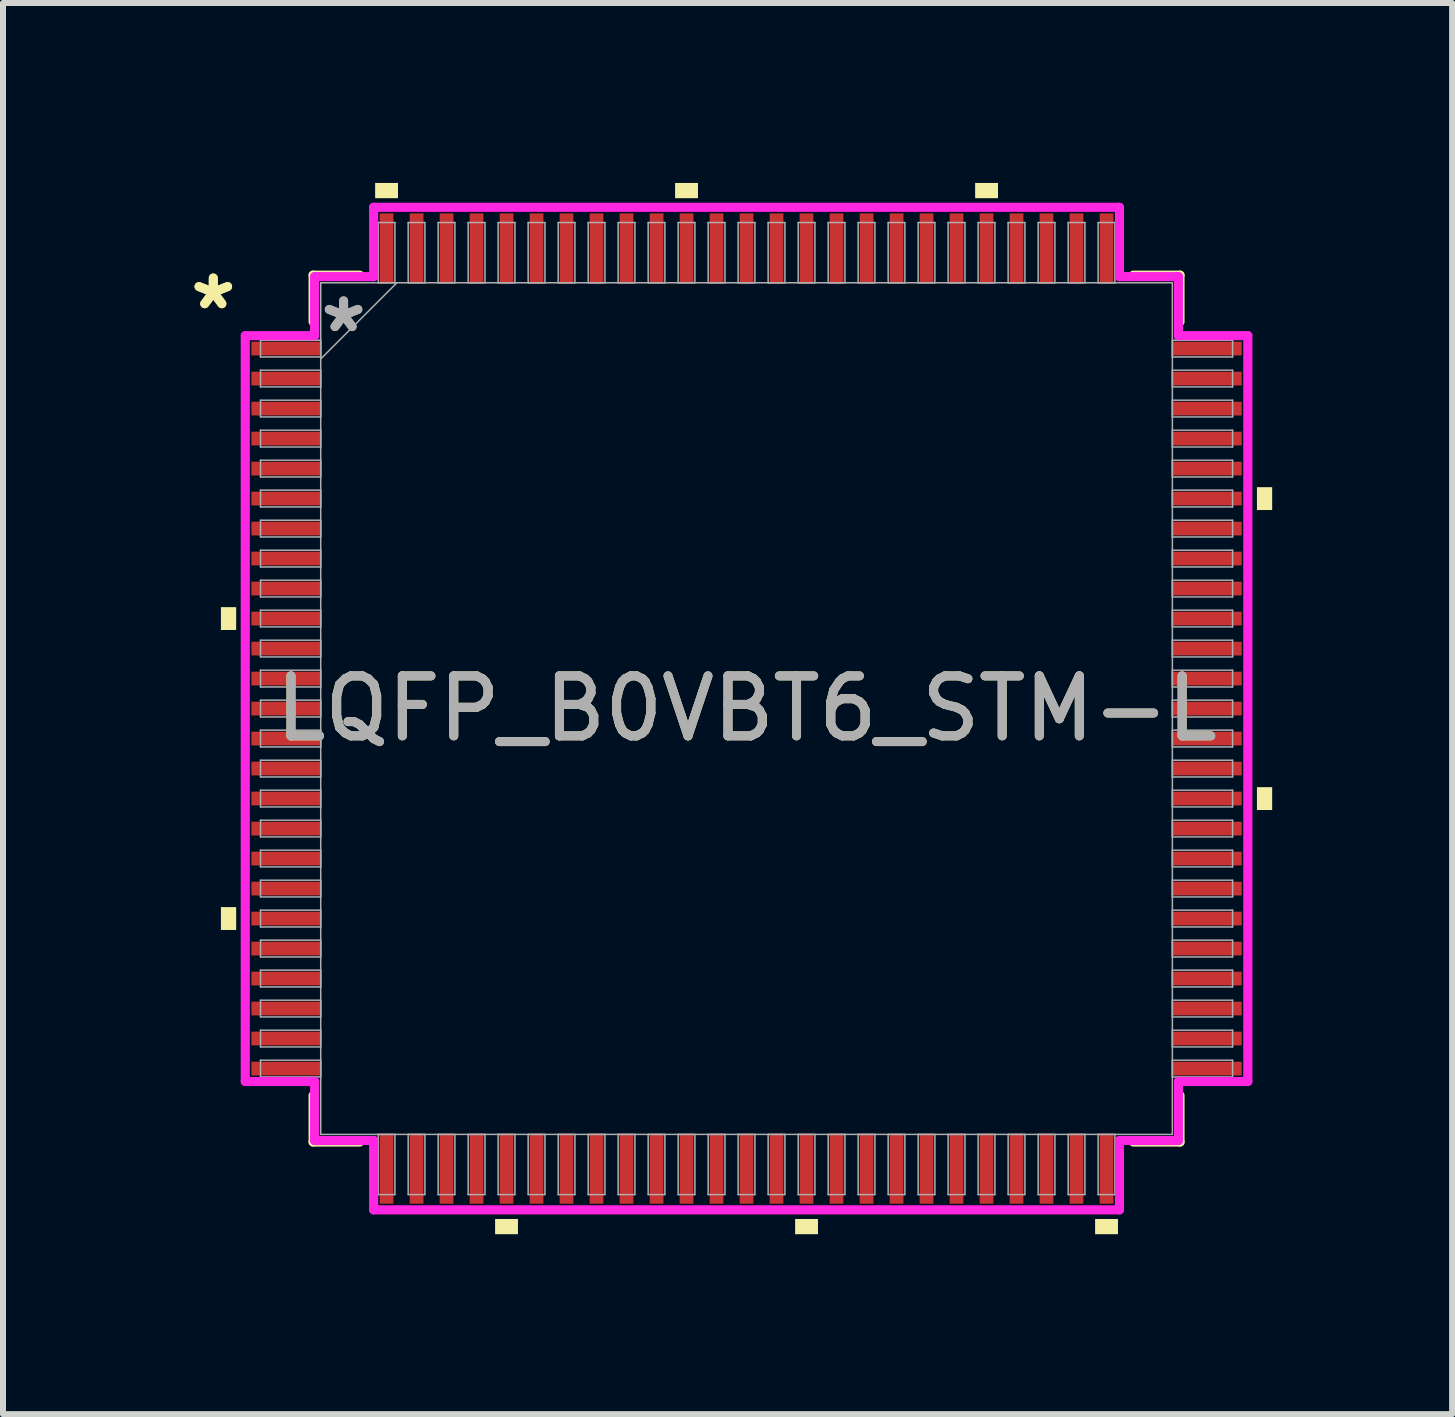
<source format=kicad_pcb>
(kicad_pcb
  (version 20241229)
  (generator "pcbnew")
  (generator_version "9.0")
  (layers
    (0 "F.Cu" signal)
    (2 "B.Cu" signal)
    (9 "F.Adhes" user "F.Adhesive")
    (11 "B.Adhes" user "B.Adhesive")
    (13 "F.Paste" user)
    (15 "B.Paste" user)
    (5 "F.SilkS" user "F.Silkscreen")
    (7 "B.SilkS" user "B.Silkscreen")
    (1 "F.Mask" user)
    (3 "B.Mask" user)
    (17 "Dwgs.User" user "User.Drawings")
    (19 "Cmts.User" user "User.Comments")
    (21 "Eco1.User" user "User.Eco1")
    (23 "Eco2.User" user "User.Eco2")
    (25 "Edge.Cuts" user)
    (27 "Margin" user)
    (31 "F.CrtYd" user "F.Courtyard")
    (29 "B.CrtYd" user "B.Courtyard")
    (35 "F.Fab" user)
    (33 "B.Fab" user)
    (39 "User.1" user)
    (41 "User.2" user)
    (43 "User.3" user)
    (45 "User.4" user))
  (footprint "LQFP_B0VBT6_STM-L"
    (layer "F.Cu")
    (at 9.396 8.763)
    (property "Reference" "LQFP_B0VBT6_STM-L" (at 0 0 0) (unlocked yes) (layer "F.SilkS") (effects (font (size 1 1) (thickness 0.15))))
    (attr smd)
    (fp_line (start -7.226 -7.226) (end -7.226 -6.449) (stroke (width 0.152) (type solid)) (layer "F.SilkS"))
    (fp_line (start -7.226 6.449) (end -7.226 7.226) (stroke (width 0.152) (type solid)) (layer "F.SilkS"))
    (fp_line (start -7.226 7.226) (end -6.449 7.226) (stroke (width 0.152) (type solid)) (layer "F.SilkS"))
    (fp_line (start -6.449 -7.226) (end -7.226 -7.226) (stroke (width 0.152) (type solid)) (layer "F.SilkS"))
    (fp_line (start 6.449 7.226) (end 7.226 7.226) (stroke (width 0.152) (type solid)) (layer "F.SilkS"))
    (fp_line (start 7.226 -7.226) (end 6.449 -7.226) (stroke (width 0.152) (type solid)) (layer "F.SilkS"))
    (fp_line (start 7.226 -6.449) (end 7.226 -7.226) (stroke (width 0.152) (type solid)) (layer "F.SilkS"))
    (fp_line (start 7.226 7.226) (end 7.226 6.449) (stroke (width 0.152) (type solid)) (layer "F.SilkS"))
    (fp_poly (pts (xy -8.763 -1.691) (xy -8.763 -1.31) (xy -8.509 -1.31) (xy -8.509 -1.691)) (stroke (width 0) (type solid)) (fill yes) (layer "F.SilkS"))
    (fp_poly (pts (xy -8.763 3.31) (xy -8.763 3.691) (xy -8.509 3.691) (xy -8.509 3.31)) (stroke (width 0) (type solid)) (fill yes) (layer "F.SilkS"))
    (fp_poly (pts (xy -6.192 -8.509) (xy -6.192 -8.763) (xy -5.811 -8.763) (xy -5.811 -8.509)) (stroke (width 0) (type solid)) (fill yes) (layer "F.SilkS"))
    (fp_poly (pts (xy -4.192 8.509) (xy -4.192 8.763) (xy -3.811 8.763) (xy -3.811 8.509)) (stroke (width 0) (type solid)) (fill yes) (layer "F.SilkS"))
    (fp_poly (pts (xy -1.191 -8.509) (xy -1.191 -8.763) (xy -0.81 -8.763) (xy -0.81 -8.509)) (stroke (width 0) (type solid)) (fill yes) (layer "F.SilkS"))
    (fp_poly (pts (xy 0.81 8.509) (xy 0.81 8.763) (xy 1.191 8.763) (xy 1.191 8.509)) (stroke (width 0) (type solid)) (fill yes) (layer "F.SilkS"))
    (fp_poly (pts (xy 3.811 -8.509) (xy 3.811 -8.763) (xy 4.192 -8.763) (xy 4.192 -8.509)) (stroke (width 0) (type solid)) (fill yes) (layer "F.SilkS"))
    (fp_poly (pts (xy 5.811 8.509) (xy 5.811 8.763) (xy 6.192 8.763) (xy 6.192 8.509)) (stroke (width 0) (type solid)) (fill yes) (layer "F.SilkS"))
    (fp_poly (pts (xy 8.763 -3.691) (xy 8.763 -3.31) (xy 8.509 -3.31) (xy 8.509 -3.691)) (stroke (width 0) (type solid)) (fill yes) (layer "F.SilkS"))
    (fp_poly (pts (xy 8.763 1.31) (xy 8.763 1.691) (xy 8.509 1.691) (xy 8.509 1.31)) (stroke (width 0) (type solid)) (fill yes) (layer "F.SilkS"))
    (fp_line (start -8.357 -6.217) (end -7.201 -6.217) (stroke (width 0.152) (type solid)) (layer "F.CrtYd"))
    (fp_line (start -8.357 6.217) (end -8.357 -6.217) (stroke (width 0.152) (type solid)) (layer "F.CrtYd"))
    (fp_line (start -7.201 -7.201) (end -6.217 -7.201) (stroke (width 0.152) (type solid)) (layer "F.CrtYd"))
    (fp_line (start -7.201 -6.217) (end -7.201 -7.201) (stroke (width 0.152) (type solid)) (layer "F.CrtYd"))
    (fp_line (start -7.201 6.217) (end -8.357 6.217) (stroke (width 0.152) (type solid)) (layer "F.CrtYd"))
    (fp_line (start -7.201 7.201) (end -7.201 6.217) (stroke (width 0.152) (type solid)) (layer "F.CrtYd"))
    (fp_line (start -7.201 7.201) (end -6.217 7.201) (stroke (width 0.152) (type solid)) (layer "F.CrtYd"))
    (fp_line (start -6.217 -8.357) (end 6.217 -8.357) (stroke (width 0.152) (type solid)) (layer "F.CrtYd"))
    (fp_line (start -6.217 -7.201) (end -6.217 -8.357) (stroke (width 0.152) (type solid)) (layer "F.CrtYd"))
    (fp_line (start -6.217 7.201) (end -6.217 8.357) (stroke (width 0.152) (type solid)) (layer "F.CrtYd"))
    (fp_line (start -6.217 8.357) (end 6.217 8.357) (stroke (width 0.152) (type solid)) (layer "F.CrtYd"))
    (fp_line (start 6.217 -8.357) (end 6.217 -7.201) (stroke (width 0.152) (type solid)) (layer "F.CrtYd"))
    (fp_line (start 6.217 -7.201) (end 7.201 -7.201) (stroke (width 0.152) (type solid)) (layer "F.CrtYd"))
    (fp_line (start 6.217 7.201) (end 7.201 7.201) (stroke (width 0.152) (type solid)) (layer "F.CrtYd"))
    (fp_line (start 6.217 8.357) (end 6.217 7.201) (stroke (width 0.152) (type solid)) (layer "F.CrtYd"))
    (fp_line (start 7.201 -6.217) (end 7.201 -7.201) (stroke (width 0.152) (type solid)) (layer "F.CrtYd"))
    (fp_line (start 7.201 6.217) (end 8.357 6.217) (stroke (width 0.152) (type solid)) (layer "F.CrtYd"))
    (fp_line (start 7.201 7.201) (end 7.201 6.217) (stroke (width 0.152) (type solid)) (layer "F.CrtYd"))
    (fp_line (start 8.357 -6.217) (end 7.201 -6.217) (stroke (width 0.152) (type solid)) (layer "F.CrtYd"))
    (fp_line (start 8.357 6.217) (end 8.357 -6.217) (stroke (width 0.152) (type solid)) (layer "F.CrtYd"))
    (fp_line (start -8.103 -6.141) (end -8.103 -5.862) (stroke (width 0.025) (type solid)) (layer "F.Fab"))
    (fp_line (start -8.103 -5.862) (end -7.099 -5.862) (stroke (width 0.025) (type solid)) (layer "F.Fab"))
    (fp_line (start -8.103 -5.641) (end -8.103 -5.362) (stroke (width 0.025) (type solid)) (layer "F.Fab"))
    (fp_line (start -8.103 -5.362) (end -7.099 -5.362) (stroke (width 0.025) (type solid)) (layer "F.Fab"))
    (fp_line (start -8.103 -5.141) (end -8.103 -4.862) (stroke (width 0.025) (type solid)) (layer "F.Fab"))
    (fp_line (start -8.103 -4.862) (end -7.099 -4.862) (stroke (width 0.025) (type solid)) (layer "F.Fab"))
    (fp_line (start -8.103 -4.641) (end -8.103 -4.361) (stroke (width 0.025) (type solid)) (layer "F.Fab"))
    (fp_line (start -8.103 -4.361) (end -7.099 -4.361) (stroke (width 0.025) (type solid)) (layer "F.Fab"))
    (fp_line (start -8.103 -4.141) (end -8.103 -3.861) (stroke (width 0.025) (type solid)) (layer "F.Fab"))
    (fp_line (start -8.103 -3.861) (end -7.099 -3.861) (stroke (width 0.025) (type solid)) (layer "F.Fab"))
    (fp_line (start -8.103 -3.641) (end -8.103 -3.361) (stroke (width 0.025) (type solid)) (layer "F.Fab"))
    (fp_line (start -8.103 -3.361) (end -7.099 -3.361) (stroke (width 0.025) (type solid)) (layer "F.Fab"))
    (fp_line (start -8.103 -3.14) (end -8.103 -2.861) (stroke (width 0.025) (type solid)) (layer "F.Fab"))
    (fp_line (start -8.103 -2.861) (end -7.099 -2.861) (stroke (width 0.025) (type solid)) (layer "F.Fab"))
    (fp_line (start -8.103 -2.64) (end -8.103 -2.361) (stroke (width 0.025) (type solid)) (layer "F.Fab"))
    (fp_line (start -8.103 -2.361) (end -7.099 -2.361) (stroke (width 0.025) (type solid)) (layer "F.Fab"))
    (fp_line (start -8.103 -2.14) (end -8.103 -1.861) (stroke (width 0.025) (type solid)) (layer "F.Fab"))
    (fp_line (start -8.103 -1.861) (end -7.099 -1.861) (stroke (width 0.025) (type solid)) (layer "F.Fab"))
    (fp_line (start -8.103 -1.64) (end -8.103 -1.361) (stroke (width 0.025) (type solid)) (layer "F.Fab"))
    (fp_line (start -8.103 -1.361) (end -7.099 -1.361) (stroke (width 0.025) (type solid)) (layer "F.Fab"))
    (fp_line (start -8.103 -1.14) (end -8.103 -0.861) (stroke (width 0.025) (type solid)) (layer "F.Fab"))
    (fp_line (start -8.103 -0.861) (end -7.099 -0.861) (stroke (width 0.025) (type solid)) (layer "F.Fab"))
    (fp_line (start -8.103 -0.64) (end -8.103 -0.36) (stroke (width 0.025) (type solid)) (layer "F.Fab"))
    (fp_line (start -8.103 -0.36) (end -7.099 -0.36) (stroke (width 0.025) (type solid)) (layer "F.Fab"))
    (fp_line (start -8.103 -0.14) (end -8.103 0.14) (stroke (width 0.025) (type solid)) (layer "F.Fab"))
    (fp_line (start -8.103 0.14) (end -7.099 0.14) (stroke (width 0.025) (type solid)) (layer "F.Fab"))
    (fp_line (start -8.103 0.36) (end -8.103 0.64) (stroke (width 0.025) (type solid)) (layer "F.Fab"))
    (fp_line (start -8.103 0.64) (end -7.099 0.64) (stroke (width 0.025) (type solid)) (layer "F.Fab"))
    (fp_line (start -8.103 0.861) (end -8.103 1.14) (stroke (width 0.025) (type solid)) (layer "F.Fab"))
    (fp_line (start -8.103 1.14) (end -7.099 1.14) (stroke (width 0.025) (type solid)) (layer "F.Fab"))
    (fp_line (start -8.103 1.361) (end -8.103 1.64) (stroke (width 0.025) (type solid)) (layer "F.Fab"))
    (fp_line (start -8.103 1.64) (end -7.099 1.64) (stroke (width 0.025) (type solid)) (layer "F.Fab"))
    (fp_line (start -8.103 1.861) (end -8.103 2.14) (stroke (width 0.025) (type solid)) (layer "F.Fab"))
    (fp_line (start -8.103 2.14) (end -7.099 2.14) (stroke (width 0.025) (type solid)) (layer "F.Fab"))
    (fp_line (start -8.103 2.361) (end -8.103 2.64) (stroke (width 0.025) (type solid)) (layer "F.Fab"))
    (fp_line (start -8.103 2.64) (end -7.099 2.64) (stroke (width 0.025) (type solid)) (layer "F.Fab"))
    (fp_line (start -8.103 2.861) (end -8.103 3.14) (stroke (width 0.025) (type solid)) (layer "F.Fab"))
    (fp_line (start -8.103 3.14) (end -7.099 3.14) (stroke (width 0.025) (type solid)) (layer "F.Fab"))
    (fp_line (start -8.103 3.361) (end -8.103 3.641) (stroke (width 0.025) (type solid)) (layer "F.Fab"))
    (fp_line (start -8.103 3.641) (end -7.099 3.641) (stroke (width 0.025) (type solid)) (layer "F.Fab"))
    (fp_line (start -8.103 3.861) (end -8.103 4.141) (stroke (width 0.025) (type solid)) (layer "F.Fab"))
    (fp_line (start -8.103 4.141) (end -7.099 4.141) (stroke (width 0.025) (type solid)) (layer "F.Fab"))
    (fp_line (start -8.103 4.361) (end -8.103 4.641) (stroke (width 0.025) (type solid)) (layer "F.Fab"))
    (fp_line (start -8.103 4.641) (end -7.099 4.641) (stroke (width 0.025) (type solid)) (layer "F.Fab"))
    (fp_line (start -8.103 4.862) (end -8.103 5.141) (stroke (width 0.025) (type solid)) (layer "F.Fab"))
    (fp_line (start -8.103 5.141) (end -7.099 5.141) (stroke (width 0.025) (type solid)) (layer "F.Fab"))
    (fp_line (start -8.103 5.362) (end -8.103 5.641) (stroke (width 0.025) (type solid)) (layer "F.Fab"))
    (fp_line (start -8.103 5.641) (end -7.099 5.641) (stroke (width 0.025) (type solid)) (layer "F.Fab"))
    (fp_line (start -8.103 5.862) (end -8.103 6.141) (stroke (width 0.025) (type solid)) (layer "F.Fab"))
    (fp_line (start -8.103 6.141) (end -7.099 6.141) (stroke (width 0.025) (type solid)) (layer "F.Fab"))
    (fp_line (start -7.099 -7.099) (end -7.099 7.099) (stroke (width 0.025) (type solid)) (layer "F.Fab"))
    (fp_line (start -7.099 -6.141) (end -8.103 -6.141) (stroke (width 0.025) (type solid)) (layer "F.Fab"))
    (fp_line (start -7.099 -5.862) (end -7.099 -6.141) (stroke (width 0.025) (type solid)) (layer "F.Fab"))
    (fp_line (start -7.099 -5.829) (end -5.829 -7.099) (stroke (width 0.025) (type solid)) (layer "F.Fab"))
    (fp_line (start -7.099 -5.641) (end -8.103 -5.641) (stroke (width 0.025) (type solid)) (layer "F.Fab"))
    (fp_line (start -7.099 -5.362) (end -7.099 -5.641) (stroke (width 0.025) (type solid)) (layer "F.Fab"))
    (fp_line (start -7.099 -5.141) (end -8.103 -5.141) (stroke (width 0.025) (type solid)) (layer "F.Fab"))
    (fp_line (start -7.099 -4.862) (end -7.099 -5.141) (stroke (width 0.025) (type solid)) (layer "F.Fab"))
    (fp_line (start -7.099 -4.641) (end -8.103 -4.641) (stroke (width 0.025) (type solid)) (layer "F.Fab"))
    (fp_line (start -7.099 -4.361) (end -7.099 -4.641) (stroke (width 0.025) (type solid)) (layer "F.Fab"))
    (fp_line (start -7.099 -4.141) (end -8.103 -4.141) (stroke (width 0.025) (type solid)) (layer "F.Fab"))
    (fp_line (start -7.099 -3.861) (end -7.099 -4.141) (stroke (width 0.025) (type solid)) (layer "F.Fab"))
    (fp_line (start -7.099 -3.641) (end -8.103 -3.641) (stroke (width 0.025) (type solid)) (layer "F.Fab"))
    (fp_line (start -7.099 -3.361) (end -7.099 -3.641) (stroke (width 0.025) (type solid)) (layer "F.Fab"))
    (fp_line (start -7.099 -3.14) (end -8.103 -3.14) (stroke (width 0.025) (type solid)) (layer "F.Fab"))
    (fp_line (start -7.099 -2.861) (end -7.099 -3.14) (stroke (width 0.025) (type solid)) (layer "F.Fab"))
    (fp_line (start -7.099 -2.64) (end -8.103 -2.64) (stroke (width 0.025) (type solid)) (layer "F.Fab"))
    (fp_line (start -7.099 -2.361) (end -7.099 -2.64) (stroke (width 0.025) (type solid)) (layer "F.Fab"))
    (fp_line (start -7.099 -2.14) (end -8.103 -2.14) (stroke (width 0.025) (type solid)) (layer "F.Fab"))
    (fp_line (start -7.099 -1.861) (end -7.099 -2.14) (stroke (width 0.025) (type solid)) (layer "F.Fab"))
    (fp_line (start -7.099 -1.64) (end -8.103 -1.64) (stroke (width 0.025) (type solid)) (layer "F.Fab"))
    (fp_line (start -7.099 -1.361) (end -7.099 -1.64) (stroke (width 0.025) (type solid)) (layer "F.Fab"))
    (fp_line (start -7.099 -1.14) (end -8.103 -1.14) (stroke (width 0.025) (type solid)) (layer "F.Fab"))
    (fp_line (start -7.099 -0.861) (end -7.099 -1.14) (stroke (width 0.025) (type solid)) (layer "F.Fab"))
    (fp_line (start -7.099 -0.64) (end -8.103 -0.64) (stroke (width 0.025) (type solid)) (layer "F.Fab"))
    (fp_line (start -7.099 -0.36) (end -7.099 -0.64) (stroke (width 0.025) (type solid)) (layer "F.Fab"))
    (fp_line (start -7.099 -0.14) (end -8.103 -0.14) (stroke (width 0.025) (type solid)) (layer "F.Fab"))
    (fp_line (start -7.099 0.14) (end -7.099 -0.14) (stroke (width 0.025) (type solid)) (layer "F.Fab"))
    (fp_line (start -7.099 0.36) (end -8.103 0.36) (stroke (width 0.025) (type solid)) (layer "F.Fab"))
    (fp_line (start -7.099 0.64) (end -7.099 0.36) (stroke (width 0.025) (type solid)) (layer "F.Fab"))
    (fp_line (start -7.099 0.861) (end -8.103 0.861) (stroke (width 0.025) (type solid)) (layer "F.Fab"))
    (fp_line (start -7.099 1.14) (end -7.099 0.861) (stroke (width 0.025) (type solid)) (layer "F.Fab"))
    (fp_line (start -7.099 1.361) (end -8.103 1.361) (stroke (width 0.025) (type solid)) (layer "F.Fab"))
    (fp_line (start -7.099 1.64) (end -7.099 1.361) (stroke (width 0.025) (type solid)) (layer "F.Fab"))
    (fp_line (start -7.099 1.861) (end -8.103 1.861) (stroke (width 0.025) (type solid)) (layer "F.Fab"))
    (fp_line (start -7.099 2.14) (end -7.099 1.861) (stroke (width 0.025) (type solid)) (layer "F.Fab"))
    (fp_line (start -7.099 2.361) (end -8.103 2.361) (stroke (width 0.025) (type solid)) (layer "F.Fab"))
    (fp_line (start -7.099 2.64) (end -7.099 2.361) (stroke (width 0.025) (type solid)) (layer "F.Fab"))
    (fp_line (start -7.099 2.861) (end -8.103 2.861) (stroke (width 0.025) (type solid)) (layer "F.Fab"))
    (fp_line (start -7.099 3.14) (end -7.099 2.861) (stroke (width 0.025) (type solid)) (layer "F.Fab"))
    (fp_line (start -7.099 3.361) (end -8.103 3.361) (stroke (width 0.025) (type solid)) (layer "F.Fab"))
    (fp_line (start -7.099 3.641) (end -7.099 3.361) (stroke (width 0.025) (type solid)) (layer "F.Fab"))
    (fp_line (start -7.099 3.861) (end -8.103 3.861) (stroke (width 0.025) (type solid)) (layer "F.Fab"))
    (fp_line (start -7.099 4.141) (end -7.099 3.861) (stroke (width 0.025) (type solid)) (layer "F.Fab"))
    (fp_line (start -7.099 4.361) (end -8.103 4.361) (stroke (width 0.025) (type solid)) (layer "F.Fab"))
    (fp_line (start -7.099 4.641) (end -7.099 4.361) (stroke (width 0.025) (type solid)) (layer "F.Fab"))
    (fp_line (start -7.099 4.862) (end -8.103 4.862) (stroke (width 0.025) (type solid)) (layer "F.Fab"))
    (fp_line (start -7.099 5.141) (end -7.099 4.862) (stroke (width 0.025) (type solid)) (layer "F.Fab"))
    (fp_line (start -7.099 5.362) (end -8.103 5.362) (stroke (width 0.025) (type solid)) (layer "F.Fab"))
    (fp_line (start -7.099 5.641) (end -7.099 5.362) (stroke (width 0.025) (type solid)) (layer "F.Fab"))
    (fp_line (start -7.099 5.862) (end -8.103 5.862) (stroke (width 0.025) (type solid)) (layer "F.Fab"))
    (fp_line (start -7.099 6.141) (end -7.099 5.862) (stroke (width 0.025) (type solid)) (layer "F.Fab"))
    (fp_line (start -7.099 7.099) (end 7.099 7.099) (stroke (width 0.025) (type solid)) (layer "F.Fab"))
    (fp_line (start -6.141 -8.103) (end -6.141 -7.099) (stroke (width 0.025) (type solid)) (layer "F.Fab"))
    (fp_line (start -6.141 -7.099) (end -5.862 -7.099) (stroke (width 0.025) (type solid)) (layer "F.Fab"))
    (fp_line (start -6.141 7.099) (end -6.141 8.103) (stroke (width 0.025) (type solid)) (layer "F.Fab"))
    (fp_line (start -6.141 8.103) (end -5.862 8.103) (stroke (width 0.025) (type solid)) (layer "F.Fab"))
    (fp_line (start -5.862 -8.103) (end -6.141 -8.103) (stroke (width 0.025) (type solid)) (layer "F.Fab"))
    (fp_line (start -5.862 -7.099) (end -5.862 -8.103) (stroke (width 0.025) (type solid)) (layer "F.Fab"))
    (fp_line (start -5.862 7.099) (end -6.141 7.099) (stroke (width 0.025) (type solid)) (layer "F.Fab"))
    (fp_line (start -5.862 8.103) (end -5.862 7.099) (stroke (width 0.025) (type solid)) (layer "F.Fab"))
    (fp_line (start -5.641 -8.103) (end -5.641 -7.099) (stroke (width 0.025) (type solid)) (layer "F.Fab"))
    (fp_line (start -5.641 -7.099) (end -5.362 -7.099) (stroke (width 0.025) (type solid)) (layer "F.Fab"))
    (fp_line (start -5.641 7.099) (end -5.641 8.103) (stroke (width 0.025) (type solid)) (layer "F.Fab"))
    (fp_line (start -5.641 8.103) (end -5.362 8.103) (stroke (width 0.025) (type solid)) (layer "F.Fab"))
    (fp_line (start -5.362 -8.103) (end -5.641 -8.103) (stroke (width 0.025) (type solid)) (layer "F.Fab"))
    (fp_line (start -5.362 -7.099) (end -5.362 -8.103) (stroke (width 0.025) (type solid)) (layer "F.Fab"))
    (fp_line (start -5.362 7.099) (end -5.641 7.099) (stroke (width 0.025) (type solid)) (layer "F.Fab"))
    (fp_line (start -5.362 8.103) (end -5.362 7.099) (stroke (width 0.025) (type solid)) (layer "F.Fab"))
    (fp_line (start -5.141 -8.103) (end -5.141 -7.099) (stroke (width 0.025) (type solid)) (layer "F.Fab"))
    (fp_line (start -5.141 -7.099) (end -4.862 -7.099) (stroke (width 0.025) (type solid)) (layer "F.Fab"))
    (fp_line (start -5.141 7.099) (end -5.141 8.103) (stroke (width 0.025) (type solid)) (layer "F.Fab"))
    (fp_line (start -5.141 8.103) (end -4.862 8.103) (stroke (width 0.025) (type solid)) (layer "F.Fab"))
    (fp_line (start -4.862 -8.103) (end -5.141 -8.103) (stroke (width 0.025) (type solid)) (layer "F.Fab"))
    (fp_line (start -4.862 -7.099) (end -4.862 -8.103) (stroke (width 0.025) (type solid)) (layer "F.Fab"))
    (fp_line (start -4.862 7.099) (end -5.141 7.099) (stroke (width 0.025) (type solid)) (layer "F.Fab"))
    (fp_line (start -4.862 8.103) (end -4.862 7.099) (stroke (width 0.025) (type solid)) (layer "F.Fab"))
    (fp_line (start -4.641 -8.103) (end -4.641 -7.099) (stroke (width 0.025) (type solid)) (layer "F.Fab"))
    (fp_line (start -4.641 -7.099) (end -4.361 -7.099) (stroke (width 0.025) (type solid)) (layer "F.Fab"))
    (fp_line (start -4.641 7.099) (end -4.641 8.103) (stroke (width 0.025) (type solid)) (layer "F.Fab"))
    (fp_line (start -4.641 8.103) (end -4.361 8.103) (stroke (width 0.025) (type solid)) (layer "F.Fab"))
    (fp_line (start -4.361 -8.103) (end -4.641 -8.103) (stroke (width 0.025) (type solid)) (layer "F.Fab"))
    (fp_line (start -4.361 -7.099) (end -4.361 -8.103) (stroke (width 0.025) (type solid)) (layer "F.Fab"))
    (fp_line (start -4.361 7.099) (end -4.641 7.099) (stroke (width 0.025) (type solid)) (layer "F.Fab"))
    (fp_line (start -4.361 8.103) (end -4.361 7.099) (stroke (width 0.025) (type solid)) (layer "F.Fab"))
    (fp_line (start -4.141 -8.103) (end -4.141 -7.099) (stroke (width 0.025) (type solid)) (layer "F.Fab"))
    (fp_line (start -4.141 -7.099) (end -3.861 -7.099) (stroke (width 0.025) (type solid)) (layer "F.Fab"))
    (fp_line (start -4.141 7.099) (end -4.141 8.103) (stroke (width 0.025) (type solid)) (layer "F.Fab"))
    (fp_line (start -4.141 8.103) (end -3.861 8.103) (stroke (width 0.025) (type solid)) (layer "F.Fab"))
    (fp_line (start -3.861 -8.103) (end -4.141 -8.103) (stroke (width 0.025) (type solid)) (layer "F.Fab"))
    (fp_line (start -3.861 -7.099) (end -3.861 -8.103) (stroke (width 0.025) (type solid)) (layer "F.Fab"))
    (fp_line (start -3.861 7.099) (end -4.141 7.099) (stroke (width 0.025) (type solid)) (layer "F.Fab"))
    (fp_line (start -3.861 8.103) (end -3.861 7.099) (stroke (width 0.025) (type solid)) (layer "F.Fab"))
    (fp_line (start -3.641 -8.103) (end -3.641 -7.099) (stroke (width 0.025) (type solid)) (layer "F.Fab"))
    (fp_line (start -3.641 -7.099) (end -3.361 -7.099) (stroke (width 0.025) (type solid)) (layer "F.Fab"))
    (fp_line (start -3.641 7.099) (end -3.641 8.103) (stroke (width 0.025) (type solid)) (layer "F.Fab"))
    (fp_line (start -3.641 8.103) (end -3.361 8.103) (stroke (width 0.025) (type solid)) (layer "F.Fab"))
    (fp_line (start -3.361 -8.103) (end -3.641 -8.103) (stroke (width 0.025) (type solid)) (layer "F.Fab"))
    (fp_line (start -3.361 -7.099) (end -3.361 -8.103) (stroke (width 0.025) (type solid)) (layer "F.Fab"))
    (fp_line (start -3.361 7.099) (end -3.641 7.099) (stroke (width 0.025) (type solid)) (layer "F.Fab"))
    (fp_line (start -3.361 8.103) (end -3.361 7.099) (stroke (width 0.025) (type solid)) (layer "F.Fab"))
    (fp_line (start -3.14 -8.103) (end -3.14 -7.099) (stroke (width 0.025) (type solid)) (layer "F.Fab"))
    (fp_line (start -3.14 -7.099) (end -2.861 -7.099) (stroke (width 0.025) (type solid)) (layer "F.Fab"))
    (fp_line (start -3.14 7.099) (end -3.14 8.103) (stroke (width 0.025) (type solid)) (layer "F.Fab"))
    (fp_line (start -3.14 8.103) (end -2.861 8.103) (stroke (width 0.025) (type solid)) (layer "F.Fab"))
    (fp_line (start -2.861 -8.103) (end -3.14 -8.103) (stroke (width 0.025) (type solid)) (layer "F.Fab"))
    (fp_line (start -2.861 -7.099) (end -2.861 -8.103) (stroke (width 0.025) (type solid)) (layer "F.Fab"))
    (fp_line (start -2.861 7.099) (end -3.14 7.099) (stroke (width 0.025) (type solid)) (layer "F.Fab"))
    (fp_line (start -2.861 8.103) (end -2.861 7.099) (stroke (width 0.025) (type solid)) (layer "F.Fab"))
    (fp_line (start -2.64 -8.103) (end -2.64 -7.099) (stroke (width 0.025) (type solid)) (layer "F.Fab"))
    (fp_line (start -2.64 -7.099) (end -2.361 -7.099) (stroke (width 0.025) (type solid)) (layer "F.Fab"))
    (fp_line (start -2.64 7.099) (end -2.64 8.103) (stroke (width 0.025) (type solid)) (layer "F.Fab"))
    (fp_line (start -2.64 8.103) (end -2.361 8.103) (stroke (width 0.025) (type solid)) (layer "F.Fab"))
    (fp_line (start -2.361 -8.103) (end -2.64 -8.103) (stroke (width 0.025) (type solid)) (layer "F.Fab"))
    (fp_line (start -2.361 -7.099) (end -2.361 -8.103) (stroke (width 0.025) (type solid)) (layer "F.Fab"))
    (fp_line (start -2.361 7.099) (end -2.64 7.099) (stroke (width 0.025) (type solid)) (layer "F.Fab"))
    (fp_line (start -2.361 8.103) (end -2.361 7.099) (stroke (width 0.025) (type solid)) (layer "F.Fab"))
    (fp_line (start -2.14 -8.103) (end -2.14 -7.099) (stroke (width 0.025) (type solid)) (layer "F.Fab"))
    (fp_line (start -2.14 -7.099) (end -1.861 -7.099) (stroke (width 0.025) (type solid)) (layer "F.Fab"))
    (fp_line (start -2.14 7.099) (end -2.14 8.103) (stroke (width 0.025) (type solid)) (layer "F.Fab"))
    (fp_line (start -2.14 8.103) (end -1.861 8.103) (stroke (width 0.025) (type solid)) (layer "F.Fab"))
    (fp_line (start -1.861 -8.103) (end -2.14 -8.103) (stroke (width 0.025) (type solid)) (layer "F.Fab"))
    (fp_line (start -1.861 -7.099) (end -1.861 -8.103) (stroke (width 0.025) (type solid)) (layer "F.Fab"))
    (fp_line (start -1.861 7.099) (end -2.14 7.099) (stroke (width 0.025) (type solid)) (layer "F.Fab"))
    (fp_line (start -1.861 8.103) (end -1.861 7.099) (stroke (width 0.025) (type solid)) (layer "F.Fab"))
    (fp_line (start -1.64 -8.103) (end -1.64 -7.099) (stroke (width 0.025) (type solid)) (layer "F.Fab"))
    (fp_line (start -1.64 -7.099) (end -1.361 -7.099) (stroke (width 0.025) (type solid)) (layer "F.Fab"))
    (fp_line (start -1.64 7.099) (end -1.64 8.103) (stroke (width 0.025) (type solid)) (layer "F.Fab"))
    (fp_line (start -1.64 8.103) (end -1.361 8.103) (stroke (width 0.025) (type solid)) (layer "F.Fab"))
    (fp_line (start -1.361 -8.103) (end -1.64 -8.103) (stroke (width 0.025) (type solid)) (layer "F.Fab"))
    (fp_line (start -1.361 -7.099) (end -1.361 -8.103) (stroke (width 0.025) (type solid)) (layer "F.Fab"))
    (fp_line (start -1.361 7.099) (end -1.64 7.099) (stroke (width 0.025) (type solid)) (layer "F.Fab"))
    (fp_line (start -1.361 8.103) (end -1.361 7.099) (stroke (width 0.025) (type solid)) (layer "F.Fab"))
    (fp_line (start -1.14 -8.103) (end -1.14 -7.099) (stroke (width 0.025) (type solid)) (layer "F.Fab"))
    (fp_line (start -1.14 -7.099) (end -0.861 -7.099) (stroke (width 0.025) (type solid)) (layer "F.Fab"))
    (fp_line (start -1.14 7.099) (end -1.14 8.103) (stroke (width 0.025) (type solid)) (layer "F.Fab"))
    (fp_line (start -1.14 8.103) (end -0.861 8.103) (stroke (width 0.025) (type solid)) (layer "F.Fab"))
    (fp_line (start -0.861 -8.103) (end -1.14 -8.103) (stroke (width 0.025) (type solid)) (layer "F.Fab"))
    (fp_line (start -0.861 -7.099) (end -0.861 -8.103) (stroke (width 0.025) (type solid)) (layer "F.Fab"))
    (fp_line (start -0.861 7.099) (end -1.14 7.099) (stroke (width 0.025) (type solid)) (layer "F.Fab"))
    (fp_line (start -0.861 8.103) (end -0.861 7.099) (stroke (width 0.025) (type solid)) (layer "F.Fab"))
    (fp_line (start -0.64 -8.103) (end -0.64 -7.099) (stroke (width 0.025) (type solid)) (layer "F.Fab"))
    (fp_line (start -0.64 -7.099) (end -0.36 -7.099) (stroke (width 0.025) (type solid)) (layer "F.Fab"))
    (fp_line (start -0.64 7.099) (end -0.64 8.103) (stroke (width 0.025) (type solid)) (layer "F.Fab"))
    (fp_line (start -0.64 8.103) (end -0.36 8.103) (stroke (width 0.025) (type solid)) (layer "F.Fab"))
    (fp_line (start -0.36 -8.103) (end -0.64 -8.103) (stroke (width 0.025) (type solid)) (layer "F.Fab"))
    (fp_line (start -0.36 -7.099) (end -0.36 -8.103) (stroke (width 0.025) (type solid)) (layer "F.Fab"))
    (fp_line (start -0.36 7.099) (end -0.64 7.099) (stroke (width 0.025) (type solid)) (layer "F.Fab"))
    (fp_line (start -0.36 8.103) (end -0.36 7.099) (stroke (width 0.025) (type solid)) (layer "F.Fab"))
    (fp_line (start -0.14 -8.103) (end -0.14 -7.099) (stroke (width 0.025) (type solid)) (layer "F.Fab"))
    (fp_line (start -0.14 -7.099) (end 0.14 -7.099) (stroke (width 0.025) (type solid)) (layer "F.Fab"))
    (fp_line (start -0.14 7.099) (end -0.14 8.103) (stroke (width 0.025) (type solid)) (layer "F.Fab"))
    (fp_line (start -0.14 8.103) (end 0.14 8.103) (stroke (width 0.025) (type solid)) (layer "F.Fab"))
    (fp_line (start 0.14 -8.103) (end -0.14 -8.103) (stroke (width 0.025) (type solid)) (layer "F.Fab"))
    (fp_line (start 0.14 -7.099) (end 0.14 -8.103) (stroke (width 0.025) (type solid)) (layer "F.Fab"))
    (fp_line (start 0.14 7.099) (end -0.14 7.099) (stroke (width 0.025) (type solid)) (layer "F.Fab"))
    (fp_line (start 0.14 8.103) (end 0.14 7.099) (stroke (width 0.025) (type solid)) (layer "F.Fab"))
    (fp_line (start 0.36 -8.103) (end 0.36 -7.099) (stroke (width 0.025) (type solid)) (layer "F.Fab"))
    (fp_line (start 0.36 -7.099) (end 0.64 -7.099) (stroke (width 0.025) (type solid)) (layer "F.Fab"))
    (fp_line (start 0.36 7.099) (end 0.36 8.103) (stroke (width 0.025) (type solid)) (layer "F.Fab"))
    (fp_line (start 0.36 8.103) (end 0.64 8.103) (stroke (width 0.025) (type solid)) (layer "F.Fab"))
    (fp_line (start 0.64 -8.103) (end 0.36 -8.103) (stroke (width 0.025) (type solid)) (layer "F.Fab"))
    (fp_line (start 0.64 -7.099) (end 0.64 -8.103) (stroke (width 0.025) (type solid)) (layer "F.Fab"))
    (fp_line (start 0.64 7.099) (end 0.36 7.099) (stroke (width 0.025) (type solid)) (layer "F.Fab"))
    (fp_line (start 0.64 8.103) (end 0.64 7.099) (stroke (width 0.025) (type solid)) (layer "F.Fab"))
    (fp_line (start 0.861 -8.103) (end 0.861 -7.099) (stroke (width 0.025) (type solid)) (layer "F.Fab"))
    (fp_line (start 0.861 -7.099) (end 1.14 -7.099) (stroke (width 0.025) (type solid)) (layer "F.Fab"))
    (fp_line (start 0.861 7.099) (end 0.861 8.103) (stroke (width 0.025) (type solid)) (layer "F.Fab"))
    (fp_line (start 0.861 8.103) (end 1.14 8.103) (stroke (width 0.025) (type solid)) (layer "F.Fab"))
    (fp_line (start 1.14 -8.103) (end 0.861 -8.103) (stroke (width 0.025) (type solid)) (layer "F.Fab"))
    (fp_line (start 1.14 -7.099) (end 1.14 -8.103) (stroke (width 0.025) (type solid)) (layer "F.Fab"))
    (fp_line (start 1.14 7.099) (end 0.861 7.099) (stroke (width 0.025) (type solid)) (layer "F.Fab"))
    (fp_line (start 1.14 8.103) (end 1.14 7.099) (stroke (width 0.025) (type solid)) (layer "F.Fab"))
    (fp_line (start 1.361 -8.103) (end 1.361 -7.099) (stroke (width 0.025) (type solid)) (layer "F.Fab"))
    (fp_line (start 1.361 -7.099) (end 1.64 -7.099) (stroke (width 0.025) (type solid)) (layer "F.Fab"))
    (fp_line (start 1.361 7.099) (end 1.361 8.103) (stroke (width 0.025) (type solid)) (layer "F.Fab"))
    (fp_line (start 1.361 8.103) (end 1.64 8.103) (stroke (width 0.025) (type solid)) (layer "F.Fab"))
    (fp_line (start 1.64 -8.103) (end 1.361 -8.103) (stroke (width 0.025) (type solid)) (layer "F.Fab"))
    (fp_line (start 1.64 -7.099) (end 1.64 -8.103) (stroke (width 0.025) (type solid)) (layer "F.Fab"))
    (fp_line (start 1.64 7.099) (end 1.361 7.099) (stroke (width 0.025) (type solid)) (layer "F.Fab"))
    (fp_line (start 1.64 8.103) (end 1.64 7.099) (stroke (width 0.025) (type solid)) (layer "F.Fab"))
    (fp_line (start 1.861 -8.103) (end 1.861 -7.099) (stroke (width 0.025) (type solid)) (layer "F.Fab"))
    (fp_line (start 1.861 -7.099) (end 2.14 -7.099) (stroke (width 0.025) (type solid)) (layer "F.Fab"))
    (fp_line (start 1.861 7.099) (end 1.861 8.103) (stroke (width 0.025) (type solid)) (layer "F.Fab"))
    (fp_line (start 1.861 8.103) (end 2.14 8.103) (stroke (width 0.025) (type solid)) (layer "F.Fab"))
    (fp_line (start 2.14 -8.103) (end 1.861 -8.103) (stroke (width 0.025) (type solid)) (layer "F.Fab"))
    (fp_line (start 2.14 -7.099) (end 2.14 -8.103) (stroke (width 0.025) (type solid)) (layer "F.Fab"))
    (fp_line (start 2.14 7.099) (end 1.861 7.099) (stroke (width 0.025) (type solid)) (layer "F.Fab"))
    (fp_line (start 2.14 8.103) (end 2.14 7.099) (stroke (width 0.025) (type solid)) (layer "F.Fab"))
    (fp_line (start 2.361 -8.103) (end 2.361 -7.099) (stroke (width 0.025) (type solid)) (layer "F.Fab"))
    (fp_line (start 2.361 -7.099) (end 2.64 -7.099) (stroke (width 0.025) (type solid)) (layer "F.Fab"))
    (fp_line (start 2.361 7.099) (end 2.361 8.103) (stroke (width 0.025) (type solid)) (layer "F.Fab"))
    (fp_line (start 2.361 8.103) (end 2.64 8.103) (stroke (width 0.025) (type solid)) (layer "F.Fab"))
    (fp_line (start 2.64 -8.103) (end 2.361 -8.103) (stroke (width 0.025) (type solid)) (layer "F.Fab"))
    (fp_line (start 2.64 -7.099) (end 2.64 -8.103) (stroke (width 0.025) (type solid)) (layer "F.Fab"))
    (fp_line (start 2.64 7.099) (end 2.361 7.099) (stroke (width 0.025) (type solid)) (layer "F.Fab"))
    (fp_line (start 2.64 8.103) (end 2.64 7.099) (stroke (width 0.025) (type solid)) (layer "F.Fab"))
    (fp_line (start 2.861 -8.103) (end 2.861 -7.099) (stroke (width 0.025) (type solid)) (layer "F.Fab"))
    (fp_line (start 2.861 -7.099) (end 3.14 -7.099) (stroke (width 0.025) (type solid)) (layer "F.Fab"))
    (fp_line (start 2.861 7.099) (end 2.861 8.103) (stroke (width 0.025) (type solid)) (layer "F.Fab"))
    (fp_line (start 2.861 8.103) (end 3.14 8.103) (stroke (width 0.025) (type solid)) (layer "F.Fab"))
    (fp_line (start 3.14 -8.103) (end 2.861 -8.103) (stroke (width 0.025) (type solid)) (layer "F.Fab"))
    (fp_line (start 3.14 -7.099) (end 3.14 -8.103) (stroke (width 0.025) (type solid)) (layer "F.Fab"))
    (fp_line (start 3.14 7.099) (end 2.861 7.099) (stroke (width 0.025) (type solid)) (layer "F.Fab"))
    (fp_line (start 3.14 8.103) (end 3.14 7.099) (stroke (width 0.025) (type solid)) (layer "F.Fab"))
    (fp_line (start 3.361 -8.103) (end 3.361 -7.099) (stroke (width 0.025) (type solid)) (layer "F.Fab"))
    (fp_line (start 3.361 -7.099) (end 3.641 -7.099) (stroke (width 0.025) (type solid)) (layer "F.Fab"))
    (fp_line (start 3.361 7.099) (end 3.361 8.103) (stroke (width 0.025) (type solid)) (layer "F.Fab"))
    (fp_line (start 3.361 8.103) (end 3.641 8.103) (stroke (width 0.025) (type solid)) (layer "F.Fab"))
    (fp_line (start 3.641 -8.103) (end 3.361 -8.103) (stroke (width 0.025) (type solid)) (layer "F.Fab"))
    (fp_line (start 3.641 -7.099) (end 3.641 -8.103) (stroke (width 0.025) (type solid)) (layer "F.Fab"))
    (fp_line (start 3.641 7.099) (end 3.361 7.099) (stroke (width 0.025) (type solid)) (layer "F.Fab"))
    (fp_line (start 3.641 8.103) (end 3.641 7.099) (stroke (width 0.025) (type solid)) (layer "F.Fab"))
    (fp_line (start 3.861 -8.103) (end 3.861 -7.099) (stroke (width 0.025) (type solid)) (layer "F.Fab"))
    (fp_line (start 3.861 -7.099) (end 4.141 -7.099) (stroke (width 0.025) (type solid)) (layer "F.Fab"))
    (fp_line (start 3.861 7.099) (end 3.861 8.103) (stroke (width 0.025) (type solid)) (layer "F.Fab"))
    (fp_line (start 3.861 8.103) (end 4.141 8.103) (stroke (width 0.025) (type solid)) (layer "F.Fab"))
    (fp_line (start 4.141 -8.103) (end 3.861 -8.103) (stroke (width 0.025) (type solid)) (layer "F.Fab"))
    (fp_line (start 4.141 -7.099) (end 4.141 -8.103) (stroke (width 0.025) (type solid)) (layer "F.Fab"))
    (fp_line (start 4.141 7.099) (end 3.861 7.099) (stroke (width 0.025) (type solid)) (layer "F.Fab"))
    (fp_line (start 4.141 8.103) (end 4.141 7.099) (stroke (width 0.025) (type solid)) (layer "F.Fab"))
    (fp_line (start 4.361 -8.103) (end 4.361 -7.099) (stroke (width 0.025) (type solid)) (layer "F.Fab"))
    (fp_line (start 4.361 -7.099) (end 4.641 -7.099) (stroke (width 0.025) (type solid)) (layer "F.Fab"))
    (fp_line (start 4.361 7.099) (end 4.361 8.103) (stroke (width 0.025) (type solid)) (layer "F.Fab"))
    (fp_line (start 4.361 8.103) (end 4.641 8.103) (stroke (width 0.025) (type solid)) (layer "F.Fab"))
    (fp_line (start 4.641 -8.103) (end 4.361 -8.103) (stroke (width 0.025) (type solid)) (layer "F.Fab"))
    (fp_line (start 4.641 -7.099) (end 4.641 -8.103) (stroke (width 0.025) (type solid)) (layer "F.Fab"))
    (fp_line (start 4.641 7.099) (end 4.361 7.099) (stroke (width 0.025) (type solid)) (layer "F.Fab"))
    (fp_line (start 4.641 8.103) (end 4.641 7.099) (stroke (width 0.025) (type solid)) (layer "F.Fab"))
    (fp_line (start 4.862 -8.103) (end 4.862 -7.099) (stroke (width 0.025) (type solid)) (layer "F.Fab"))
    (fp_line (start 4.862 -7.099) (end 5.141 -7.099) (stroke (width 0.025) (type solid)) (layer "F.Fab"))
    (fp_line (start 4.862 7.099) (end 4.862 8.103) (stroke (width 0.025) (type solid)) (layer "F.Fab"))
    (fp_line (start 4.862 8.103) (end 5.141 8.103) (stroke (width 0.025) (type solid)) (layer "F.Fab"))
    (fp_line (start 5.141 -8.103) (end 4.862 -8.103) (stroke (width 0.025) (type solid)) (layer "F.Fab"))
    (fp_line (start 5.141 -7.099) (end 5.141 -8.103) (stroke (width 0.025) (type solid)) (layer "F.Fab"))
    (fp_line (start 5.141 7.099) (end 4.862 7.099) (stroke (width 0.025) (type solid)) (layer "F.Fab"))
    (fp_line (start 5.141 8.103) (end 5.141 7.099) (stroke (width 0.025) (type solid)) (layer "F.Fab"))
    (fp_line (start 5.362 -8.103) (end 5.362 -7.099) (stroke (width 0.025) (type solid)) (layer "F.Fab"))
    (fp_line (start 5.362 -7.099) (end 5.641 -7.099) (stroke (width 0.025) (type solid)) (layer "F.Fab"))
    (fp_line (start 5.362 7.099) (end 5.362 8.103) (stroke (width 0.025) (type solid)) (layer "F.Fab"))
    (fp_line (start 5.362 8.103) (end 5.641 8.103) (stroke (width 0.025) (type solid)) (layer "F.Fab"))
    (fp_line (start 5.641 -8.103) (end 5.362 -8.103) (stroke (width 0.025) (type solid)) (layer "F.Fab"))
    (fp_line (start 5.641 -7.099) (end 5.641 -8.103) (stroke (width 0.025) (type solid)) (layer "F.Fab"))
    (fp_line (start 5.641 7.099) (end 5.362 7.099) (stroke (width 0.025) (type solid)) (layer "F.Fab"))
    (fp_line (start 5.641 8.103) (end 5.641 7.099) (stroke (width 0.025) (type solid)) (layer "F.Fab"))
    (fp_line (start 5.862 -8.103) (end 5.862 -7.099) (stroke (width 0.025) (type solid)) (layer "F.Fab"))
    (fp_line (start 5.862 -7.099) (end 6.141 -7.099) (stroke (width 0.025) (type solid)) (layer "F.Fab"))
    (fp_line (start 5.862 7.099) (end 5.862 8.103) (stroke (width 0.025) (type solid)) (layer "F.Fab"))
    (fp_line (start 5.862 8.103) (end 6.141 8.103) (stroke (width 0.025) (type solid)) (layer "F.Fab"))
    (fp_line (start 6.141 -8.103) (end 5.862 -8.103) (stroke (width 0.025) (type solid)) (layer "F.Fab"))
    (fp_line (start 6.141 -7.099) (end 6.141 -8.103) (stroke (width 0.025) (type solid)) (layer "F.Fab"))
    (fp_line (start 6.141 7.099) (end 5.862 7.099) (stroke (width 0.025) (type solid)) (layer "F.Fab"))
    (fp_line (start 6.141 8.103) (end 6.141 7.099) (stroke (width 0.025) (type solid)) (layer "F.Fab"))
    (fp_line (start 7.099 -7.099) (end -7.099 -7.099) (stroke (width 0.025) (type solid)) (layer "F.Fab"))
    (fp_line (start 7.099 -6.141) (end 7.099 -5.862) (stroke (width 0.025) (type solid)) (layer "F.Fab"))
    (fp_line (start 7.099 -5.862) (end 8.103 -5.862) (stroke (width 0.025) (type solid)) (layer "F.Fab"))
    (fp_line (start 7.099 -5.641) (end 7.099 -5.362) (stroke (width 0.025) (type solid)) (layer "F.Fab"))
    (fp_line (start 7.099 -5.362) (end 8.103 -5.362) (stroke (width 0.025) (type solid)) (layer "F.Fab"))
    (fp_line (start 7.099 -5.141) (end 7.099 -4.862) (stroke (width 0.025) (type solid)) (layer "F.Fab"))
    (fp_line (start 7.099 -4.862) (end 8.103 -4.862) (stroke (width 0.025) (type solid)) (layer "F.Fab"))
    (fp_line (start 7.099 -4.641) (end 7.099 -4.361) (stroke (width 0.025) (type solid)) (layer "F.Fab"))
    (fp_line (start 7.099 -4.361) (end 8.103 -4.361) (stroke (width 0.025) (type solid)) (layer "F.Fab"))
    (fp_line (start 7.099 -4.141) (end 7.099 -3.861) (stroke (width 0.025) (type solid)) (layer "F.Fab"))
    (fp_line (start 7.099 -3.861) (end 8.103 -3.861) (stroke (width 0.025) (type solid)) (layer "F.Fab"))
    (fp_line (start 7.099 -3.641) (end 7.099 -3.361) (stroke (width 0.025) (type solid)) (layer "F.Fab"))
    (fp_line (start 7.099 -3.361) (end 8.103 -3.361) (stroke (width 0.025) (type solid)) (layer "F.Fab"))
    (fp_line (start 7.099 -3.14) (end 7.099 -2.861) (stroke (width 0.025) (type solid)) (layer "F.Fab"))
    (fp_line (start 7.099 -2.861) (end 8.103 -2.861) (stroke (width 0.025) (type solid)) (layer "F.Fab"))
    (fp_line (start 7.099 -2.64) (end 7.099 -2.361) (stroke (width 0.025) (type solid)) (layer "F.Fab"))
    (fp_line (start 7.099 -2.361) (end 8.103 -2.361) (stroke (width 0.025) (type solid)) (layer "F.Fab"))
    (fp_line (start 7.099 -2.14) (end 7.099 -1.861) (stroke (width 0.025) (type solid)) (layer "F.Fab"))
    (fp_line (start 7.099 -1.861) (end 8.103 -1.861) (stroke (width 0.025) (type solid)) (layer "F.Fab"))
    (fp_line (start 7.099 -1.64) (end 7.099 -1.361) (stroke (width 0.025) (type solid)) (layer "F.Fab"))
    (fp_line (start 7.099 -1.361) (end 8.103 -1.361) (stroke (width 0.025) (type solid)) (layer "F.Fab"))
    (fp_line (start 7.099 -1.14) (end 7.099 -0.861) (stroke (width 0.025) (type solid)) (layer "F.Fab"))
    (fp_line (start 7.099 -0.861) (end 8.103 -0.861) (stroke (width 0.025) (type solid)) (layer "F.Fab"))
    (fp_line (start 7.099 -0.64) (end 7.099 -0.36) (stroke (width 0.025) (type solid)) (layer "F.Fab"))
    (fp_line (start 7.099 -0.36) (end 8.103 -0.36) (stroke (width 0.025) (type solid)) (layer "F.Fab"))
    (fp_line (start 7.099 -0.14) (end 7.099 0.14) (stroke (width 0.025) (type solid)) (layer "F.Fab"))
    (fp_line (start 7.099 0.14) (end 8.103 0.14) (stroke (width 0.025) (type solid)) (layer "F.Fab"))
    (fp_line (start 7.099 0.36) (end 7.099 0.64) (stroke (width 0.025) (type solid)) (layer "F.Fab"))
    (fp_line (start 7.099 0.64) (end 8.103 0.64) (stroke (width 0.025) (type solid)) (layer "F.Fab"))
    (fp_line (start 7.099 0.861) (end 7.099 1.14) (stroke (width 0.025) (type solid)) (layer "F.Fab"))
    (fp_line (start 7.099 1.14) (end 8.103 1.14) (stroke (width 0.025) (type solid)) (layer "F.Fab"))
    (fp_line (start 7.099 1.361) (end 7.099 1.64) (stroke (width 0.025) (type solid)) (layer "F.Fab"))
    (fp_line (start 7.099 1.64) (end 8.103 1.64) (stroke (width 0.025) (type solid)) (layer "F.Fab"))
    (fp_line (start 7.099 1.861) (end 7.099 2.14) (stroke (width 0.025) (type solid)) (layer "F.Fab"))
    (fp_line (start 7.099 2.14) (end 8.103 2.14) (stroke (width 0.025) (type solid)) (layer "F.Fab"))
    (fp_line (start 7.099 2.361) (end 7.099 2.64) (stroke (width 0.025) (type solid)) (layer "F.Fab"))
    (fp_line (start 7.099 2.64) (end 8.103 2.64) (stroke (width 0.025) (type solid)) (layer "F.Fab"))
    (fp_line (start 7.099 2.861) (end 7.099 3.14) (stroke (width 0.025) (type solid)) (layer "F.Fab"))
    (fp_line (start 7.099 3.14) (end 8.103 3.14) (stroke (width 0.025) (type solid)) (layer "F.Fab"))
    (fp_line (start 7.099 3.361) (end 7.099 3.641) (stroke (width 0.025) (type solid)) (layer "F.Fab"))
    (fp_line (start 7.099 3.641) (end 8.103 3.641) (stroke (width 0.025) (type solid)) (layer "F.Fab"))
    (fp_line (start 7.099 3.861) (end 7.099 4.141) (stroke (width 0.025) (type solid)) (layer "F.Fab"))
    (fp_line (start 7.099 4.141) (end 8.103 4.141) (stroke (width 0.025) (type solid)) (layer "F.Fab"))
    (fp_line (start 7.099 4.361) (end 7.099 4.641) (stroke (width 0.025) (type solid)) (layer "F.Fab"))
    (fp_line (start 7.099 4.641) (end 8.103 4.641) (stroke (width 0.025) (type solid)) (layer "F.Fab"))
    (fp_line (start 7.099 4.862) (end 7.099 5.141) (stroke (width 0.025) (type solid)) (layer "F.Fab"))
    (fp_line (start 7.099 5.141) (end 8.103 5.141) (stroke (width 0.025) (type solid)) (layer "F.Fab"))
    (fp_line (start 7.099 5.362) (end 7.099 5.641) (stroke (width 0.025) (type solid)) (layer "F.Fab"))
    (fp_line (start 7.099 5.641) (end 8.103 5.641) (stroke (width 0.025) (type solid)) (layer "F.Fab"))
    (fp_line (start 7.099 5.862) (end 7.099 6.141) (stroke (width 0.025) (type solid)) (layer "F.Fab"))
    (fp_line (start 7.099 6.141) (end 8.103 6.141) (stroke (width 0.025) (type solid)) (layer "F.Fab"))
    (fp_line (start 7.099 7.099) (end 7.099 -7.099) (stroke (width 0.025) (type solid)) (layer "F.Fab"))
    (fp_line (start 8.103 -6.141) (end 7.099 -6.141) (stroke (width 0.025) (type solid)) (layer "F.Fab"))
    (fp_line (start 8.103 -5.862) (end 8.103 -6.141) (stroke (width 0.025) (type solid)) (layer "F.Fab"))
    (fp_line (start 8.103 -5.641) (end 7.099 -5.641) (stroke (width 0.025) (type solid)) (layer "F.Fab"))
    (fp_line (start 8.103 -5.362) (end 8.103 -5.641) (stroke (width 0.025) (type solid)) (layer "F.Fab"))
    (fp_line (start 8.103 -5.141) (end 7.099 -5.141) (stroke (width 0.025) (type solid)) (layer "F.Fab"))
    (fp_line (start 8.103 -4.862) (end 8.103 -5.141) (stroke (width 0.025) (type solid)) (layer "F.Fab"))
    (fp_line (start 8.103 -4.641) (end 7.099 -4.641) (stroke (width 0.025) (type solid)) (layer "F.Fab"))
    (fp_line (start 8.103 -4.361) (end 8.103 -4.641) (stroke (width 0.025) (type solid)) (layer "F.Fab"))
    (fp_line (start 8.103 -4.141) (end 7.099 -4.141) (stroke (width 0.025) (type solid)) (layer "F.Fab"))
    (fp_line (start 8.103 -3.861) (end 8.103 -4.141) (stroke (width 0.025) (type solid)) (layer "F.Fab"))
    (fp_line (start 8.103 -3.641) (end 7.099 -3.641) (stroke (width 0.025) (type solid)) (layer "F.Fab"))
    (fp_line (start 8.103 -3.361) (end 8.103 -3.641) (stroke (width 0.025) (type solid)) (layer "F.Fab"))
    (fp_line (start 8.103 -3.14) (end 7.099 -3.14) (stroke (width 0.025) (type solid)) (layer "F.Fab"))
    (fp_line (start 8.103 -2.861) (end 8.103 -3.14) (stroke (width 0.025) (type solid)) (layer "F.Fab"))
    (fp_line (start 8.103 -2.64) (end 7.099 -2.64) (stroke (width 0.025) (type solid)) (layer "F.Fab"))
    (fp_line (start 8.103 -2.361) (end 8.103 -2.64) (stroke (width 0.025) (type solid)) (layer "F.Fab"))
    (fp_line (start 8.103 -2.14) (end 7.099 -2.14) (stroke (width 0.025) (type solid)) (layer "F.Fab"))
    (fp_line (start 8.103 -1.861) (end 8.103 -2.14) (stroke (width 0.025) (type solid)) (layer "F.Fab"))
    (fp_line (start 8.103 -1.64) (end 7.099 -1.64) (stroke (width 0.025) (type solid)) (layer "F.Fab"))
    (fp_line (start 8.103 -1.361) (end 8.103 -1.64) (stroke (width 0.025) (type solid)) (layer "F.Fab"))
    (fp_line (start 8.103 -1.14) (end 7.099 -1.14) (stroke (width 0.025) (type solid)) (layer "F.Fab"))
    (fp_line (start 8.103 -0.861) (end 8.103 -1.14) (stroke (width 0.025) (type solid)) (layer "F.Fab"))
    (fp_line (start 8.103 -0.64) (end 7.099 -0.64) (stroke (width 0.025) (type solid)) (layer "F.Fab"))
    (fp_line (start 8.103 -0.36) (end 8.103 -0.64) (stroke (width 0.025) (type solid)) (layer "F.Fab"))
    (fp_line (start 8.103 -0.14) (end 7.099 -0.14) (stroke (width 0.025) (type solid)) (layer "F.Fab"))
    (fp_line (start 8.103 0.14) (end 8.103 -0.14) (stroke (width 0.025) (type solid)) (layer "F.Fab"))
    (fp_line (start 8.103 0.36) (end 7.099 0.36) (stroke (width 0.025) (type solid)) (layer "F.Fab"))
    (fp_line (start 8.103 0.64) (end 8.103 0.36) (stroke (width 0.025) (type solid)) (layer "F.Fab"))
    (fp_line (start 8.103 0.861) (end 7.099 0.861) (stroke (width 0.025) (type solid)) (layer "F.Fab"))
    (fp_line (start 8.103 1.14) (end 8.103 0.861) (stroke (width 0.025) (type solid)) (layer "F.Fab"))
    (fp_line (start 8.103 1.361) (end 7.099 1.361) (stroke (width 0.025) (type solid)) (layer "F.Fab"))
    (fp_line (start 8.103 1.64) (end 8.103 1.361) (stroke (width 0.025) (type solid)) (layer "F.Fab"))
    (fp_line (start 8.103 1.861) (end 7.099 1.861) (stroke (width 0.025) (type solid)) (layer "F.Fab"))
    (fp_line (start 8.103 2.14) (end 8.103 1.861) (stroke (width 0.025) (type solid)) (layer "F.Fab"))
    (fp_line (start 8.103 2.361) (end 7.099 2.361) (stroke (width 0.025) (type solid)) (layer "F.Fab"))
    (fp_line (start 8.103 2.64) (end 8.103 2.361) (stroke (width 0.025) (type solid)) (layer "F.Fab"))
    (fp_line (start 8.103 2.861) (end 7.099 2.861) (stroke (width 0.025) (type solid)) (layer "F.Fab"))
    (fp_line (start 8.103 3.14) (end 8.103 2.861) (stroke (width 0.025) (type solid)) (layer "F.Fab"))
    (fp_line (start 8.103 3.361) (end 7.099 3.361) (stroke (width 0.025) (type solid)) (layer "F.Fab"))
    (fp_line (start 8.103 3.641) (end 8.103 3.361) (stroke (width 0.025) (type solid)) (layer "F.Fab"))
    (fp_line (start 8.103 3.861) (end 7.099 3.861) (stroke (width 0.025) (type solid)) (layer "F.Fab"))
    (fp_line (start 8.103 4.141) (end 8.103 3.861) (stroke (width 0.025) (type solid)) (layer "F.Fab"))
    (fp_line (start 8.103 4.361) (end 7.099 4.361) (stroke (width 0.025) (type solid)) (layer "F.Fab"))
    (fp_line (start 8.103 4.641) (end 8.103 4.361) (stroke (width 0.025) (type solid)) (layer "F.Fab"))
    (fp_line (start 8.103 4.862) (end 7.099 4.862) (stroke (width 0.025) (type solid)) (layer "F.Fab"))
    (fp_line (start 8.103 5.141) (end 8.103 4.862) (stroke (width 0.025) (type solid)) (layer "F.Fab"))
    (fp_line (start 8.103 5.362) (end 7.099 5.362) (stroke (width 0.025) (type solid)) (layer "F.Fab"))
    (fp_line (start 8.103 5.641) (end 8.103 5.362) (stroke (width 0.025) (type solid)) (layer "F.Fab"))
    (fp_line (start 8.103 5.862) (end 7.099 5.862) (stroke (width 0.025) (type solid)) (layer "F.Fab"))
    (fp_line (start 8.103 6.141) (end 8.103 5.862) (stroke (width 0.025) (type solid)) (layer "F.Fab"))
    (fp_text user "*" (at -8.89 -6.633 0) (unlocked yes) (layer "F.SilkS") (effects (font (size 1 1) (thickness 0.15))))
    (fp_text user "*" (at -8.89 -6.633 0) (layer "F.SilkS") (effects (font (size 1 1) (thickness 0.15))))
    (fp_text user "${REFERENCE}" (at 0 0 0) (unlocked yes) (layer "F.Fab") (effects (font (size 1 1) (thickness 0.15))))
    (fp_text user "*" (at -6.718 -6.252 0) (unlocked yes) (layer "F.Fab") (effects (font (size 1 1) (thickness 0.15))))
    (fp_text user "*" (at -6.718 -6.252 0) (layer "F.Fab") (effects (font (size 1 1) (thickness 0.15))))
    (pad "1" smd rect (at -7.671 -6.002 90) (size 0.229 1.168) (layers "F.Cu" "F.Mask" "F.Paste"))
    (pad "2" smd rect (at -7.671 -5.501 90) (size 0.229 1.168) (layers "F.Cu" "F.Mask" "F.Paste"))
    (pad "3" smd rect (at -7.671 -5.001 90) (size 0.229 1.168) (layers "F.Cu" "F.Mask" "F.Paste"))
    (pad "4" smd rect (at -7.671 -4.501 90) (size 0.229 1.168) (layers "F.Cu" "F.Mask" "F.Paste"))
    (pad "5" smd rect (at -7.671 -4.001 90) (size 0.229 1.168) (layers "F.Cu" "F.Mask" "F.Paste"))
    (pad "6" smd rect (at -7.671 -3.501 90) (size 0.229 1.168) (layers "F.Cu" "F.Mask" "F.Paste"))
    (pad "7" smd rect (at -7.671 -3.001 90) (size 0.229 1.168) (layers "F.Cu" "F.Mask" "F.Paste"))
    (pad "8" smd rect (at -7.671 -2.501 90) (size 0.229 1.168) (layers "F.Cu" "F.Mask" "F.Paste"))
    (pad "9" smd rect (at -7.671 -2.001 90) (size 0.229 1.168) (layers "F.Cu" "F.Mask" "F.Paste"))
    (pad "10" smd rect (at -7.671 -1.5 90) (size 0.229 1.168) (layers "F.Cu" "F.Mask" "F.Paste"))
    (pad "11" smd rect (at -7.671 -1 90) (size 0.229 1.168) (layers "F.Cu" "F.Mask" "F.Paste"))
    (pad "12" smd rect (at -7.671 -0.5 90) (size 0.229 1.168) (layers "F.Cu" "F.Mask" "F.Paste"))
    (pad "13" smd rect (at -7.671 0 90) (size 0.229 1.168) (layers "F.Cu" "F.Mask" "F.Paste"))
    (pad "14" smd rect (at -7.671 0.5 90) (size 0.229 1.168) (layers "F.Cu" "F.Mask" "F.Paste"))
    (pad "15" smd rect (at -7.671 1 90) (size 0.229 1.168) (layers "F.Cu" "F.Mask" "F.Paste"))
    (pad "16" smd rect (at -7.671 1.5 90) (size 0.229 1.168) (layers "F.Cu" "F.Mask" "F.Paste"))
    (pad "17" smd rect (at -7.671 2.001 90) (size 0.229 1.168) (layers "F.Cu" "F.Mask" "F.Paste"))
    (pad "18" smd rect (at -7.671 2.501 90) (size 0.229 1.168) (layers "F.Cu" "F.Mask" "F.Paste"))
    (pad "19" smd rect (at -7.671 3.001 90) (size 0.229 1.168) (layers "F.Cu" "F.Mask" "F.Paste"))
    (pad "20" smd rect (at -7.671 3.501 90) (size 0.229 1.168) (layers "F.Cu" "F.Mask" "F.Paste"))
    (pad "21" smd rect (at -7.671 4.001 90) (size 0.229 1.168) (layers "F.Cu" "F.Mask" "F.Paste"))
    (pad "22" smd rect (at -7.671 4.501 90) (size 0.229 1.168) (layers "F.Cu" "F.Mask" "F.Paste"))
    (pad "23" smd rect (at -7.671 5.001 90) (size 0.229 1.168) (layers "F.Cu" "F.Mask" "F.Paste"))
    (pad "24" smd rect (at -7.671 5.501 90) (size 0.229 1.168) (layers "F.Cu" "F.Mask" "F.Paste"))
    (pad "25" smd rect (at -7.671 6.002 90) (size 0.229 1.168) (layers "F.Cu" "F.Mask" "F.Paste"))
    (pad "26" smd rect (at -6.002 7.671) (size 0.229 1.168) (layers "F.Cu" "F.Mask" "F.Paste"))
    (pad "27" smd rect (at -5.501 7.671) (size 0.229 1.168) (layers "F.Cu" "F.Mask" "F.Paste"))
    (pad "28" smd rect (at -5.001 7.671) (size 0.229 1.168) (layers "F.Cu" "F.Mask" "F.Paste"))
    (pad "29" smd rect (at -4.501 7.671) (size 0.229 1.168) (layers "F.Cu" "F.Mask" "F.Paste"))
    (pad "30" smd rect (at -4.001 7.671) (size 0.229 1.168) (layers "F.Cu" "F.Mask" "F.Paste"))
    (pad "31" smd rect (at -3.501 7.671) (size 0.229 1.168) (layers "F.Cu" "F.Mask" "F.Paste"))
    (pad "32" smd rect (at -3.001 7.671) (size 0.229 1.168) (layers "F.Cu" "F.Mask" "F.Paste"))
    (pad "33" smd rect (at -2.501 7.671) (size 0.229 1.168) (layers "F.Cu" "F.Mask" "F.Paste"))
    (pad "34" smd rect (at -2.001 7.671) (size 0.229 1.168) (layers "F.Cu" "F.Mask" "F.Paste"))
    (pad "35" smd rect (at -1.5 7.671) (size 0.229 1.168) (layers "F.Cu" "F.Mask" "F.Paste"))
    (pad "36" smd rect (at -1 7.671) (size 0.229 1.168) (layers "F.Cu" "F.Mask" "F.Paste"))
    (pad "37" smd rect (at -0.5 7.671) (size 0.229 1.168) (layers "F.Cu" "F.Mask" "F.Paste"))
    (pad "38" smd rect (at 0 7.671) (size 0.229 1.168) (layers "F.Cu" "F.Mask" "F.Paste"))
    (pad "39" smd rect (at 0.5 7.671) (size 0.229 1.168) (layers "F.Cu" "F.Mask" "F.Paste"))
    (pad "40" smd rect (at 1 7.671) (size 0.229 1.168) (layers "F.Cu" "F.Mask" "F.Paste"))
    (pad "41" smd rect (at 1.5 7.671) (size 0.229 1.168) (layers "F.Cu" "F.Mask" "F.Paste"))
    (pad "42" smd rect (at 2.001 7.671) (size 0.229 1.168) (layers "F.Cu" "F.Mask" "F.Paste"))
    (pad "43" smd rect (at 2.501 7.671) (size 0.229 1.168) (layers "F.Cu" "F.Mask" "F.Paste"))
    (pad "44" smd rect (at 3.001 7.671) (size 0.229 1.168) (layers "F.Cu" "F.Mask" "F.Paste"))
    (pad "45" smd rect (at 3.501 7.671) (size 0.229 1.168) (layers "F.Cu" "F.Mask" "F.Paste"))
    (pad "46" smd rect (at 4.001 7.671) (size 0.229 1.168) (layers "F.Cu" "F.Mask" "F.Paste"))
    (pad "47" smd rect (at 4.501 7.671) (size 0.229 1.168) (layers "F.Cu" "F.Mask" "F.Paste"))
    (pad "48" smd rect (at 5.001 7.671) (size 0.229 1.168) (layers "F.Cu" "F.Mask" "F.Paste"))
    (pad "49" smd rect (at 5.501 7.671) (size 0.229 1.168) (layers "F.Cu" "F.Mask" "F.Paste"))
    (pad "50" smd rect (at 6.002 7.671) (size 0.229 1.168) (layers "F.Cu" "F.Mask" "F.Paste"))
    (pad "51" smd rect (at 7.671 6.002 90) (size 0.229 1.168) (layers "F.Cu" "F.Mask" "F.Paste"))
    (pad "52" smd rect (at 7.671 5.501 90) (size 0.229 1.168) (layers "F.Cu" "F.Mask" "F.Paste"))
    (pad "53" smd rect (at 7.671 5.001 90) (size 0.229 1.168) (layers "F.Cu" "F.Mask" "F.Paste"))
    (pad "54" smd rect (at 7.671 4.501 90) (size 0.229 1.168) (layers "F.Cu" "F.Mask" "F.Paste"))
    (pad "55" smd rect (at 7.671 4.001 90) (size 0.229 1.168) (layers "F.Cu" "F.Mask" "F.Paste"))
    (pad "56" smd rect (at 7.671 3.501 90) (size 0.229 1.168) (layers "F.Cu" "F.Mask" "F.Paste"))
    (pad "57" smd rect (at 7.671 3.001 90) (size 0.229 1.168) (layers "F.Cu" "F.Mask" "F.Paste"))
    (pad "58" smd rect (at 7.671 2.501 90) (size 0.229 1.168) (layers "F.Cu" "F.Mask" "F.Paste"))
    (pad "59" smd rect (at 7.671 2.001 90) (size 0.229 1.168) (layers "F.Cu" "F.Mask" "F.Paste"))
    (pad "60" smd rect (at 7.671 1.5 90) (size 0.229 1.168) (layers "F.Cu" "F.Mask" "F.Paste"))
    (pad "61" smd rect (at 7.671 1 90) (size 0.229 1.168) (layers "F.Cu" "F.Mask" "F.Paste"))
    (pad "62" smd rect (at 7.671 0.5 90) (size 0.229 1.168) (layers "F.Cu" "F.Mask" "F.Paste"))
    (pad "63" smd rect (at 7.671 0 90) (size 0.229 1.168) (layers "F.Cu" "F.Mask" "F.Paste"))
    (pad "64" smd rect (at 7.671 -0.5 90) (size 0.229 1.168) (layers "F.Cu" "F.Mask" "F.Paste"))
    (pad "65" smd rect (at 7.671 -1 90) (size 0.229 1.168) (layers "F.Cu" "F.Mask" "F.Paste"))
    (pad "66" smd rect (at 7.671 -1.5 90) (size 0.229 1.168) (layers "F.Cu" "F.Mask" "F.Paste"))
    (pad "67" smd rect (at 7.671 -2.001 90) (size 0.229 1.168) (layers "F.Cu" "F.Mask" "F.Paste"))
    (pad "68" smd rect (at 7.671 -2.501 90) (size 0.229 1.168) (layers "F.Cu" "F.Mask" "F.Paste"))
    (pad "69" smd rect (at 7.671 -3.001 90) (size 0.229 1.168) (layers "F.Cu" "F.Mask" "F.Paste"))
    (pad "70" smd rect (at 7.671 -3.501 90) (size 0.229 1.168) (layers "F.Cu" "F.Mask" "F.Paste"))
    (pad "71" smd rect (at 7.671 -4.001 90) (size 0.229 1.168) (layers "F.Cu" "F.Mask" "F.Paste"))
    (pad "72" smd rect (at 7.671 -4.501 90) (size 0.229 1.168) (layers "F.Cu" "F.Mask" "F.Paste"))
    (pad "73" smd rect (at 7.671 -5.001 90) (size 0.229 1.168) (layers "F.Cu" "F.Mask" "F.Paste"))
    (pad "74" smd rect (at 7.671 -5.501 90) (size 0.229 1.168) (layers "F.Cu" "F.Mask" "F.Paste"))
    (pad "75" smd rect (at 7.671 -6.002 90) (size 0.229 1.168) (layers "F.Cu" "F.Mask" "F.Paste"))
    (pad "76" smd rect (at 6.002 -7.671) (size 0.229 1.168) (layers "F.Cu" "F.Mask" "F.Paste"))
    (pad "77" smd rect (at 5.501 -7.671) (size 0.229 1.168) (layers "F.Cu" "F.Mask" "F.Paste"))
    (pad "78" smd rect (at 5.001 -7.671) (size 0.229 1.168) (layers "F.Cu" "F.Mask" "F.Paste"))
    (pad "79" smd rect (at 4.501 -7.671) (size 0.229 1.168) (layers "F.Cu" "F.Mask" "F.Paste"))
    (pad "80" smd rect (at 4.001 -7.671) (size 0.229 1.168) (layers "F.Cu" "F.Mask" "F.Paste"))
    (pad "81" smd rect (at 3.501 -7.671) (size 0.229 1.168) (layers "F.Cu" "F.Mask" "F.Paste"))
    (pad "82" smd rect (at 3.001 -7.671) (size 0.229 1.168) (layers "F.Cu" "F.Mask" "F.Paste"))
    (pad "83" smd rect (at 2.501 -7.671) (size 0.229 1.168) (layers "F.Cu" "F.Mask" "F.Paste"))
    (pad "84" smd rect (at 2.001 -7.671) (size 0.229 1.168) (layers "F.Cu" "F.Mask" "F.Paste"))
    (pad "85" smd rect (at 1.5 -7.671) (size 0.229 1.168) (layers "F.Cu" "F.Mask" "F.Paste"))
    (pad "86" smd rect (at 1 -7.671) (size 0.229 1.168) (layers "F.Cu" "F.Mask" "F.Paste"))
    (pad "87" smd rect (at 0.5 -7.671) (size 0.229 1.168) (layers "F.Cu" "F.Mask" "F.Paste"))
    (pad "88" smd rect (at 0 -7.671) (size 0.229 1.168) (layers "F.Cu" "F.Mask" "F.Paste"))
    (pad "89" smd rect (at -0.5 -7.671) (size 0.229 1.168) (layers "F.Cu" "F.Mask" "F.Paste"))
    (pad "90" smd rect (at -1 -7.671) (size 0.229 1.168) (layers "F.Cu" "F.Mask" "F.Paste"))
    (pad "91" smd rect (at -1.5 -7.671) (size 0.229 1.168) (layers "F.Cu" "F.Mask" "F.Paste"))
    (pad "92" smd rect (at -2.001 -7.671) (size 0.229 1.168) (layers "F.Cu" "F.Mask" "F.Paste"))
    (pad "93" smd rect (at -2.501 -7.671) (size 0.229 1.168) (layers "F.Cu" "F.Mask" "F.Paste"))
    (pad "94" smd rect (at -3.001 -7.671) (size 0.229 1.168) (layers "F.Cu" "F.Mask" "F.Paste"))
    (pad "95" smd rect (at -3.501 -7.671) (size 0.229 1.168) (layers "F.Cu" "F.Mask" "F.Paste"))
    (pad "96" smd rect (at -4.001 -7.671) (size 0.229 1.168) (layers "F.Cu" "F.Mask" "F.Paste"))
    (pad "97" smd rect (at -4.501 -7.671) (size 0.229 1.168) (layers "F.Cu" "F.Mask" "F.Paste"))
    (pad "98" smd rect (at -5.001 -7.671) (size 0.229 1.168) (layers "F.Cu" "F.Mask" "F.Paste"))
    (pad "99" smd rect (at -5.501 -7.671) (size 0.229 1.168) (layers "F.Cu" "F.Mask" "F.Paste"))
    (pad "100" smd rect (at -6.002 -7.671) (size 0.229 1.168) (layers "F.Cu" "F.Mask" "F.Paste")))
  (gr_rect
    (start -3 -3)
    (end 21.159 20.526)
    (stroke (width 0.1) (type default))
    (fill no)
    (layer "Edge.Cuts")))
</source>
